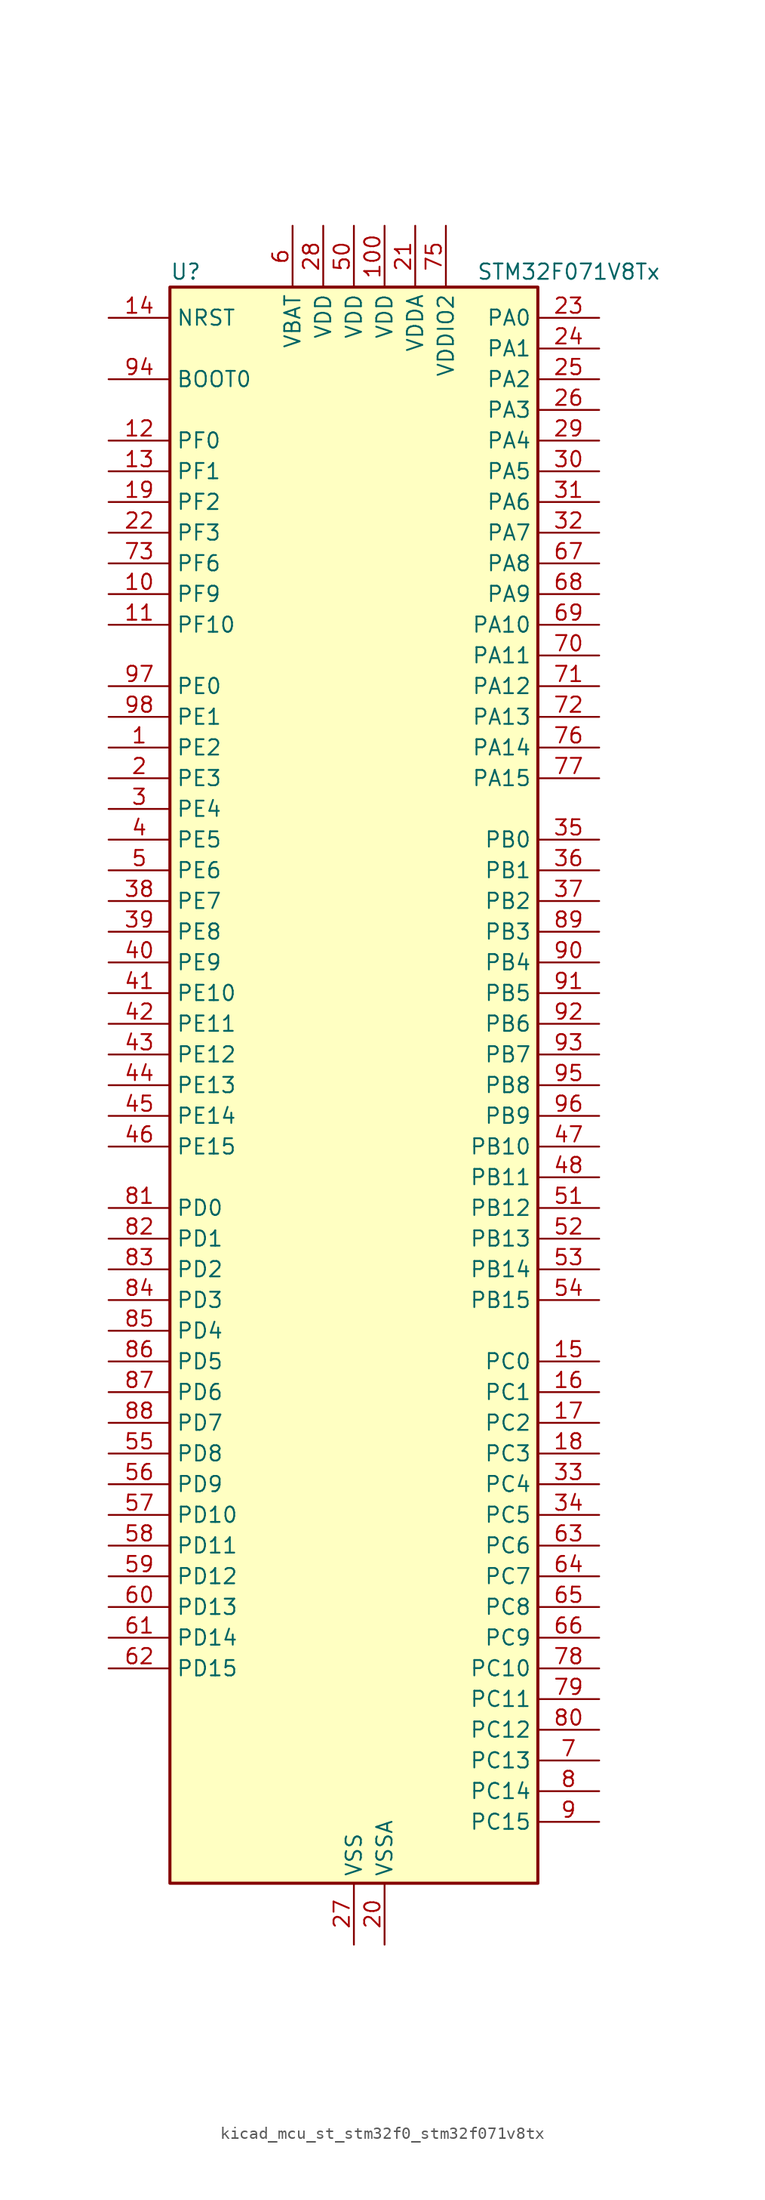
<source format=kicad_sym>
(kicad_symbol_lib
  (version 20220914)
  (generator kicad_symbol_editor)
  (symbol "kicad_mcu_st_stm32f0_stm32f071v8tx"
    (property "Reference" "U"
      (at -15.24 67.31 0)
      (effects (font (size 1.27 1.27)) (justify left)))
    (property "Value" "STM32F071V8Tx"
      (at 10.16 67.31 0)
      (effects (font (size 1.27 1.27)) (justify left)))
    (property "ki_locked" ""
      (at 0 0 0)
      (effects (font (size 1.27 1.27))))
    (symbol "kicad_mcu_st_stm32f0_stm32f071v8tx_0_1"
      (rectangle (start -15.24 -66.04) (end 15.24 66.04) (stroke (width 0.254) (type default)) (fill (type background))))
    (symbol "kicad_mcu_st_stm32f0_stm32f071v8tx_1_1"
      (pin bidirectional line (at -20.32 27.94 0) (length 5.08) (name "PE2" (effects (font (size 1.27 1.27)))) (number "1" (effects (font (size 1.27 1.27)))) (alternate "TIM3_ETR" bidirectional line) (alternate "TSC_G7_IO1" bidirectional line))
      (pin bidirectional line (at -20.32 40.64 0) (length 5.08) (name "PF9" (effects (font (size 1.27 1.27)))) (number "10" (effects (font (size 1.27 1.27)))) (alternate "DAC_EXTI9" bidirectional line) (alternate "TIM15_CH1" bidirectional line))
      (pin power_in line (at 2.54 71.12 270) (length 5.08) (name "VDD" (effects (font (size 1.27 1.27)))) (number "100" (effects (font (size 1.27 1.27)))))
      (pin bidirectional line (at -20.32 38.1 0) (length 5.08) (name "PF10" (effects (font (size 1.27 1.27)))) (number "11" (effects (font (size 1.27 1.27)))) (alternate "TIM15_CH2" bidirectional line))
      (pin bidirectional line (at -20.32 53.34 0) (length 5.08) (name "PF0" (effects (font (size 1.27 1.27)))) (number "12" (effects (font (size 1.27 1.27)))) (alternate "CRS_SYNC" bidirectional line) (alternate "RCC_OSC_IN" bidirectional line))
      (pin bidirectional line (at -20.32 50.8 0) (length 5.08) (name "PF1" (effects (font (size 1.27 1.27)))) (number "13" (effects (font (size 1.27 1.27)))) (alternate "RCC_OSC_OUT" bidirectional line))
      (pin input line (at -20.32 63.5 0) (length 5.08) (name "NRST" (effects (font (size 1.27 1.27)))) (number "14" (effects (font (size 1.27 1.27)))))
      (pin bidirectional line (at 20.32 -22.86 180) (length 5.08) (name "PC0" (effects (font (size 1.27 1.27)))) (number "15" (effects (font (size 1.27 1.27)))) (alternate "ADC_IN10" bidirectional line))
      (pin bidirectional line (at 20.32 -25.4 180) (length 5.08) (name "PC1" (effects (font (size 1.27 1.27)))) (number "16" (effects (font (size 1.27 1.27)))) (alternate "ADC_IN11" bidirectional line))
      (pin bidirectional line (at 20.32 -27.94 180) (length 5.08) (name "PC2" (effects (font (size 1.27 1.27)))) (number "17" (effects (font (size 1.27 1.27)))) (alternate "ADC_IN12" bidirectional line) (alternate "I2S2_MCK" bidirectional line) (alternate "SPI2_MISO" bidirectional line))
      (pin bidirectional line (at 20.32 -30.48 180) (length 5.08) (name "PC3" (effects (font (size 1.27 1.27)))) (number "18" (effects (font (size 1.27 1.27)))) (alternate "ADC_IN13" bidirectional line) (alternate "I2S2_SD" bidirectional line) (alternate "SPI2_MOSI" bidirectional line))
      (pin bidirectional line (at -20.32 48.26 0) (length 5.08) (name "PF2" (effects (font (size 1.27 1.27)))) (number "19" (effects (font (size 1.27 1.27)))) (alternate "SYS_WKUP8" bidirectional line))
      (pin bidirectional line (at -20.32 25.4 0) (length 5.08) (name "PE3" (effects (font (size 1.27 1.27)))) (number "2" (effects (font (size 1.27 1.27)))) (alternate "TIM3_CH1" bidirectional line) (alternate "TSC_G7_IO2" bidirectional line))
      (pin power_in line (at 2.54 -71.12 90) (length 5.08) (name "VSSA" (effects (font (size 1.27 1.27)))) (number "20" (effects (font (size 1.27 1.27)))))
      (pin power_in line (at 5.08 71.12 270) (length 5.08) (name "VDDA" (effects (font (size 1.27 1.27)))) (number "21" (effects (font (size 1.27 1.27)))))
      (pin bidirectional line (at -20.32 45.72 0) (length 5.08) (name "PF3" (effects (font (size 1.27 1.27)))) (number "22" (effects (font (size 1.27 1.27)))))
      (pin bidirectional line (at 20.32 63.5 180) (length 5.08) (name "PA0" (effects (font (size 1.27 1.27)))) (number "23" (effects (font (size 1.27 1.27)))) (alternate "ADC_IN0" bidirectional line) (alternate "COMP1_INM" bidirectional line) (alternate "COMP1_OUT" bidirectional line) (alternate "RTC_TAMP2" bidirectional line) (alternate "SYS_WKUP1" bidirectional line) (alternate "TIM2_CH1" bidirectional line) (alternate "TIM2_ETR" bidirectional line) (alternate "TSC_G1_IO1" bidirectional line) (alternate "USART2_CTS" bidirectional line) (alternate "USART4_TX" bidirectional line))
      (pin bidirectional line (at 20.32 60.96 180) (length 5.08) (name "PA1" (effects (font (size 1.27 1.27)))) (number "24" (effects (font (size 1.27 1.27)))) (alternate "ADC_IN1" bidirectional line) (alternate "COMP1_INP" bidirectional line) (alternate "TIM15_CH1N" bidirectional line) (alternate "TIM2_CH2" bidirectional line) (alternate "TSC_G1_IO2" bidirectional line) (alternate "USART2_DE" bidirectional line) (alternate "USART2_RTS" bidirectional line) (alternate "USART4_RX" bidirectional line))
      (pin bidirectional line (at 20.32 58.42 180) (length 5.08) (name "PA2" (effects (font (size 1.27 1.27)))) (number "25" (effects (font (size 1.27 1.27)))) (alternate "ADC_IN2" bidirectional line) (alternate "COMP2_INM" bidirectional line) (alternate "COMP2_OUT" bidirectional line) (alternate "SYS_WKUP4" bidirectional line) (alternate "TIM15_CH1" bidirectional line) (alternate "TIM2_CH3" bidirectional line) (alternate "TSC_G1_IO3" bidirectional line) (alternate "USART2_TX" bidirectional line))
      (pin bidirectional line (at 20.32 55.88 180) (length 5.08) (name "PA3" (effects (font (size 1.27 1.27)))) (number "26" (effects (font (size 1.27 1.27)))) (alternate "ADC_IN3" bidirectional line) (alternate "COMP2_INP" bidirectional line) (alternate "TIM15_CH2" bidirectional line) (alternate "TIM2_CH4" bidirectional line) (alternate "TSC_G1_IO4" bidirectional line) (alternate "USART2_RX" bidirectional line))
      (pin power_in line (at 0 -71.12 90) (length 5.08) (name "VSS" (effects (font (size 1.27 1.27)))) (number "27" (effects (font (size 1.27 1.27)))))
      (pin power_in line (at -2.54 71.12 270) (length 5.08) (name "VDD" (effects (font (size 1.27 1.27)))) (number "28" (effects (font (size 1.27 1.27)))))
      (pin bidirectional line (at 20.32 53.34 180) (length 5.08) (name "PA4" (effects (font (size 1.27 1.27)))) (number "29" (effects (font (size 1.27 1.27)))) (alternate "ADC_IN4" bidirectional line) (alternate "COMP1_INM" bidirectional line) (alternate "COMP2_INM" bidirectional line) (alternate "DAC_OUT1" bidirectional line) (alternate "I2S1_WS" bidirectional line) (alternate "SPI1_NSS" bidirectional line) (alternate "TIM14_CH1" bidirectional line) (alternate "TSC_G2_IO1" bidirectional line) (alternate "USART2_CK" bidirectional line))
      (pin bidirectional line (at -20.32 22.86 0) (length 5.08) (name "PE4" (effects (font (size 1.27 1.27)))) (number "3" (effects (font (size 1.27 1.27)))) (alternate "TIM3_CH2" bidirectional line) (alternate "TSC_G7_IO3" bidirectional line))
      (pin bidirectional line (at 20.32 50.8 180) (length 5.08) (name "PA5" (effects (font (size 1.27 1.27)))) (number "30" (effects (font (size 1.27 1.27)))) (alternate "ADC_IN5" bidirectional line) (alternate "CEC" bidirectional line) (alternate "COMP1_INM" bidirectional line) (alternate "COMP2_INM" bidirectional line) (alternate "DAC_OUT2" bidirectional line) (alternate "I2S1_CK" bidirectional line) (alternate "SPI1_SCK" bidirectional line) (alternate "TIM2_CH1" bidirectional line) (alternate "TIM2_ETR" bidirectional line) (alternate "TSC_G2_IO2" bidirectional line))
      (pin bidirectional line (at 20.32 48.26 180) (length 5.08) (name "PA6" (effects (font (size 1.27 1.27)))) (number "31" (effects (font (size 1.27 1.27)))) (alternate "ADC_IN6" bidirectional line) (alternate "COMP1_OUT" bidirectional line) (alternate "I2S1_MCK" bidirectional line) (alternate "SPI1_MISO" bidirectional line) (alternate "TIM16_CH1" bidirectional line) (alternate "TIM1_BKIN" bidirectional line) (alternate "TIM3_CH1" bidirectional line) (alternate "TSC_G2_IO3" bidirectional line) (alternate "USART3_CTS" bidirectional line))
      (pin bidirectional line (at 20.32 45.72 180) (length 5.08) (name "PA7" (effects (font (size 1.27 1.27)))) (number "32" (effects (font (size 1.27 1.27)))) (alternate "ADC_IN7" bidirectional line) (alternate "COMP2_OUT" bidirectional line) (alternate "I2S1_SD" bidirectional line) (alternate "SPI1_MOSI" bidirectional line) (alternate "TIM14_CH1" bidirectional line) (alternate "TIM17_CH1" bidirectional line) (alternate "TIM1_CH1N" bidirectional line) (alternate "TIM3_CH2" bidirectional line) (alternate "TSC_G2_IO4" bidirectional line))
      (pin bidirectional line (at 20.32 -33.02 180) (length 5.08) (name "PC4" (effects (font (size 1.27 1.27)))) (number "33" (effects (font (size 1.27 1.27)))) (alternate "ADC_IN14" bidirectional line) (alternate "USART3_TX" bidirectional line))
      (pin bidirectional line (at 20.32 -35.56 180) (length 5.08) (name "PC5" (effects (font (size 1.27 1.27)))) (number "34" (effects (font (size 1.27 1.27)))) (alternate "ADC_IN15" bidirectional line) (alternate "SYS_WKUP5" bidirectional line) (alternate "TSC_G3_IO1" bidirectional line) (alternate "USART3_RX" bidirectional line))
      (pin bidirectional line (at 20.32 20.32 180) (length 5.08) (name "PB0" (effects (font (size 1.27 1.27)))) (number "35" (effects (font (size 1.27 1.27)))) (alternate "ADC_IN8" bidirectional line) (alternate "TIM1_CH2N" bidirectional line) (alternate "TIM3_CH3" bidirectional line) (alternate "TSC_G3_IO2" bidirectional line) (alternate "USART3_CK" bidirectional line))
      (pin bidirectional line (at 20.32 17.78 180) (length 5.08) (name "PB1" (effects (font (size 1.27 1.27)))) (number "36" (effects (font (size 1.27 1.27)))) (alternate "ADC_IN9" bidirectional line) (alternate "TIM14_CH1" bidirectional line) (alternate "TIM1_CH3N" bidirectional line) (alternate "TIM3_CH4" bidirectional line) (alternate "TSC_G3_IO3" bidirectional line) (alternate "USART3_DE" bidirectional line) (alternate "USART3_RTS" bidirectional line))
      (pin bidirectional line (at 20.32 15.24 180) (length 5.08) (name "PB2" (effects (font (size 1.27 1.27)))) (number "37" (effects (font (size 1.27 1.27)))) (alternate "TSC_G3_IO4" bidirectional line))
      (pin bidirectional line (at -20.32 15.24 0) (length 5.08) (name "PE7" (effects (font (size 1.27 1.27)))) (number "38" (effects (font (size 1.27 1.27)))) (alternate "TIM1_ETR" bidirectional line))
      (pin bidirectional line (at -20.32 12.7 0) (length 5.08) (name "PE8" (effects (font (size 1.27 1.27)))) (number "39" (effects (font (size 1.27 1.27)))) (alternate "TIM1_CH1N" bidirectional line))
      (pin bidirectional line (at -20.32 20.32 0) (length 5.08) (name "PE5" (effects (font (size 1.27 1.27)))) (number "4" (effects (font (size 1.27 1.27)))) (alternate "TIM3_CH3" bidirectional line) (alternate "TSC_G7_IO4" bidirectional line))
      (pin bidirectional line (at -20.32 10.16 0) (length 5.08) (name "PE9" (effects (font (size 1.27 1.27)))) (number "40" (effects (font (size 1.27 1.27)))) (alternate "DAC_EXTI9" bidirectional line) (alternate "TIM1_CH1" bidirectional line))
      (pin bidirectional line (at -20.32 7.62 0) (length 5.08) (name "PE10" (effects (font (size 1.27 1.27)))) (number "41" (effects (font (size 1.27 1.27)))) (alternate "TIM1_CH2N" bidirectional line))
      (pin bidirectional line (at -20.32 5.08 0) (length 5.08) (name "PE11" (effects (font (size 1.27 1.27)))) (number "42" (effects (font (size 1.27 1.27)))) (alternate "TIM1_CH2" bidirectional line))
      (pin bidirectional line (at -20.32 2.54 0) (length 5.08) (name "PE12" (effects (font (size 1.27 1.27)))) (number "43" (effects (font (size 1.27 1.27)))) (alternate "I2S1_WS" bidirectional line) (alternate "SPI1_NSS" bidirectional line) (alternate "TIM1_CH3N" bidirectional line))
      (pin bidirectional line (at -20.32 0 0) (length 5.08) (name "PE13" (effects (font (size 1.27 1.27)))) (number "44" (effects (font (size 1.27 1.27)))) (alternate "I2S1_CK" bidirectional line) (alternate "SPI1_SCK" bidirectional line) (alternate "TIM1_CH3" bidirectional line))
      (pin bidirectional line (at -20.32 -2.54 0) (length 5.08) (name "PE14" (effects (font (size 1.27 1.27)))) (number "45" (effects (font (size 1.27 1.27)))) (alternate "I2S1_MCK" bidirectional line) (alternate "SPI1_MISO" bidirectional line) (alternate "TIM1_CH4" bidirectional line))
      (pin bidirectional line (at -20.32 -5.08 0) (length 5.08) (name "PE15" (effects (font (size 1.27 1.27)))) (number "46" (effects (font (size 1.27 1.27)))) (alternate "I2S1_SD" bidirectional line) (alternate "SPI1_MOSI" bidirectional line) (alternate "TIM1_BKIN" bidirectional line))
      (pin bidirectional line (at 20.32 -5.08 180) (length 5.08) (name "PB10" (effects (font (size 1.27 1.27)))) (number "47" (effects (font (size 1.27 1.27)))) (alternate "CEC" bidirectional line) (alternate "I2C2_SCL" bidirectional line) (alternate "I2S2_CK" bidirectional line) (alternate "SPI2_SCK" bidirectional line) (alternate "TIM2_CH3" bidirectional line) (alternate "TSC_SYNC" bidirectional line) (alternate "USART3_TX" bidirectional line))
      (pin bidirectional line (at 20.32 -7.62 180) (length 5.08) (name "PB11" (effects (font (size 1.27 1.27)))) (number "48" (effects (font (size 1.27 1.27)))) (alternate "I2C2_SDA" bidirectional line) (alternate "TIM2_CH4" bidirectional line) (alternate "TSC_G6_IO1" bidirectional line) (alternate "USART3_RX" bidirectional line))
      (pin passive line (at 0 -71.12 90) (length 5.08) hide (name "VSS" (effects (font (size 1.27 1.27)))) (number "49" (effects (font (size 1.27 1.27)))))
      (pin bidirectional line (at -20.32 17.78 0) (length 5.08) (name "PE6" (effects (font (size 1.27 1.27)))) (number "5" (effects (font (size 1.27 1.27)))) (alternate "RTC_TAMP3" bidirectional line) (alternate "SYS_WKUP3" bidirectional line) (alternate "TIM3_CH4" bidirectional line))
      (pin power_in line (at 0 71.12 270) (length 5.08) (name "VDD" (effects (font (size 1.27 1.27)))) (number "50" (effects (font (size 1.27 1.27)))))
      (pin bidirectional line (at 20.32 -10.16 180) (length 5.08) (name "PB12" (effects (font (size 1.27 1.27)))) (number "51" (effects (font (size 1.27 1.27)))) (alternate "I2S2_WS" bidirectional line) (alternate "SPI2_NSS" bidirectional line) (alternate "TIM15_BKIN" bidirectional line) (alternate "TIM1_BKIN" bidirectional line) (alternate "TSC_G6_IO2" bidirectional line) (alternate "USART3_CK" bidirectional line))
      (pin bidirectional line (at 20.32 -12.7 180) (length 5.08) (name "PB13" (effects (font (size 1.27 1.27)))) (number "52" (effects (font (size 1.27 1.27)))) (alternate "I2C2_SCL" bidirectional line) (alternate "I2S2_CK" bidirectional line) (alternate "SPI2_SCK" bidirectional line) (alternate "TIM1_CH1N" bidirectional line) (alternate "TSC_G6_IO3" bidirectional line) (alternate "USART3_CTS" bidirectional line))
      (pin bidirectional line (at 20.32 -15.24 180) (length 5.08) (name "PB14" (effects (font (size 1.27 1.27)))) (number "53" (effects (font (size 1.27 1.27)))) (alternate "I2C2_SDA" bidirectional line) (alternate "I2S2_MCK" bidirectional line) (alternate "SPI2_MISO" bidirectional line) (alternate "TIM15_CH1" bidirectional line) (alternate "TIM1_CH2N" bidirectional line) (alternate "TSC_G6_IO4" bidirectional line) (alternate "USART3_DE" bidirectional line) (alternate "USART3_RTS" bidirectional line))
      (pin bidirectional line (at 20.32 -17.78 180) (length 5.08) (name "PB15" (effects (font (size 1.27 1.27)))) (number "54" (effects (font (size 1.27 1.27)))) (alternate "I2S2_SD" bidirectional line) (alternate "RTC_REFIN" bidirectional line) (alternate "SPI2_MOSI" bidirectional line) (alternate "SYS_WKUP7" bidirectional line) (alternate "TIM15_CH1N" bidirectional line) (alternate "TIM15_CH2" bidirectional line) (alternate "TIM1_CH3N" bidirectional line))
      (pin bidirectional line (at -20.32 -30.48 0) (length 5.08) (name "PD8" (effects (font (size 1.27 1.27)))) (number "55" (effects (font (size 1.27 1.27)))) (alternate "USART3_TX" bidirectional line))
      (pin bidirectional line (at -20.32 -33.02 0) (length 5.08) (name "PD9" (effects (font (size 1.27 1.27)))) (number "56" (effects (font (size 1.27 1.27)))) (alternate "DAC_EXTI9" bidirectional line) (alternate "USART3_RX" bidirectional line))
      (pin bidirectional line (at -20.32 -35.56 0) (length 5.08) (name "PD10" (effects (font (size 1.27 1.27)))) (number "57" (effects (font (size 1.27 1.27)))) (alternate "USART3_CK" bidirectional line))
      (pin bidirectional line (at -20.32 -38.1 0) (length 5.08) (name "PD11" (effects (font (size 1.27 1.27)))) (number "58" (effects (font (size 1.27 1.27)))) (alternate "USART3_CTS" bidirectional line))
      (pin bidirectional line (at -20.32 -40.64 0) (length 5.08) (name "PD12" (effects (font (size 1.27 1.27)))) (number "59" (effects (font (size 1.27 1.27)))) (alternate "TSC_G8_IO1" bidirectional line) (alternate "USART3_DE" bidirectional line) (alternate "USART3_RTS" bidirectional line))
      (pin power_in line (at -5.08 71.12 270) (length 5.08) (name "VBAT" (effects (font (size 1.27 1.27)))) (number "6" (effects (font (size 1.27 1.27)))))
      (pin bidirectional line (at -20.32 -43.18 0) (length 5.08) (name "PD13" (effects (font (size 1.27 1.27)))) (number "60" (effects (font (size 1.27 1.27)))) (alternate "TSC_G8_IO2" bidirectional line))
      (pin bidirectional line (at -20.32 -45.72 0) (length 5.08) (name "PD14" (effects (font (size 1.27 1.27)))) (number "61" (effects (font (size 1.27 1.27)))) (alternate "TSC_G8_IO3" bidirectional line))
      (pin bidirectional line (at -20.32 -48.26 0) (length 5.08) (name "PD15" (effects (font (size 1.27 1.27)))) (number "62" (effects (font (size 1.27 1.27)))) (alternate "CRS_SYNC" bidirectional line) (alternate "TSC_G8_IO4" bidirectional line))
      (pin bidirectional line (at 20.32 -38.1 180) (length 5.08) (name "PC6" (effects (font (size 1.27 1.27)))) (number "63" (effects (font (size 1.27 1.27)))) (alternate "TIM3_CH1" bidirectional line))
      (pin bidirectional line (at 20.32 -40.64 180) (length 5.08) (name "PC7" (effects (font (size 1.27 1.27)))) (number "64" (effects (font (size 1.27 1.27)))) (alternate "TIM3_CH2" bidirectional line))
      (pin bidirectional line (at 20.32 -43.18 180) (length 5.08) (name "PC8" (effects (font (size 1.27 1.27)))) (number "65" (effects (font (size 1.27 1.27)))) (alternate "TIM3_CH3" bidirectional line))
      (pin bidirectional line (at 20.32 -45.72 180) (length 5.08) (name "PC9" (effects (font (size 1.27 1.27)))) (number "66" (effects (font (size 1.27 1.27)))) (alternate "DAC_EXTI9" bidirectional line) (alternate "TIM3_CH4" bidirectional line))
      (pin bidirectional line (at 20.32 43.18 180) (length 5.08) (name "PA8" (effects (font (size 1.27 1.27)))) (number "67" (effects (font (size 1.27 1.27)))) (alternate "CRS_SYNC" bidirectional line) (alternate "RCC_MCO" bidirectional line) (alternate "TIM1_CH1" bidirectional line) (alternate "USART1_CK" bidirectional line))
      (pin bidirectional line (at 20.32 40.64 180) (length 5.08) (name "PA9" (effects (font (size 1.27 1.27)))) (number "68" (effects (font (size 1.27 1.27)))) (alternate "DAC_EXTI9" bidirectional line) (alternate "TIM15_BKIN" bidirectional line) (alternate "TIM1_CH2" bidirectional line) (alternate "TSC_G4_IO1" bidirectional line) (alternate "USART1_TX" bidirectional line))
      (pin bidirectional line (at 20.32 38.1 180) (length 5.08) (name "PA10" (effects (font (size 1.27 1.27)))) (number "69" (effects (font (size 1.27 1.27)))) (alternate "TIM17_BKIN" bidirectional line) (alternate "TIM1_CH3" bidirectional line) (alternate "TSC_G4_IO2" bidirectional line) (alternate "USART1_RX" bidirectional line))
      (pin bidirectional line (at 20.32 -55.88 180) (length 5.08) (name "PC13" (effects (font (size 1.27 1.27)))) (number "7" (effects (font (size 1.27 1.27)))) (alternate "RTC_OUT_ALARM" bidirectional line) (alternate "RTC_OUT_CALIB" bidirectional line) (alternate "RTC_TAMP1" bidirectional line) (alternate "RTC_TS" bidirectional line) (alternate "SYS_WKUP2" bidirectional line))
      (pin bidirectional line (at 20.32 35.56 180) (length 5.08) (name "PA11" (effects (font (size 1.27 1.27)))) (number "70" (effects (font (size 1.27 1.27)))) (alternate "COMP1_OUT" bidirectional line) (alternate "TIM1_CH4" bidirectional line) (alternate "TSC_G4_IO3" bidirectional line) (alternate "USART1_CTS" bidirectional line))
      (pin bidirectional line (at 20.32 33.02 180) (length 5.08) (name "PA12" (effects (font (size 1.27 1.27)))) (number "71" (effects (font (size 1.27 1.27)))) (alternate "COMP2_OUT" bidirectional line) (alternate "TIM1_ETR" bidirectional line) (alternate "TSC_G4_IO4" bidirectional line) (alternate "USART1_DE" bidirectional line) (alternate "USART1_RTS" bidirectional line))
      (pin bidirectional line (at 20.32 30.48 180) (length 5.08) (name "PA13" (effects (font (size 1.27 1.27)))) (number "72" (effects (font (size 1.27 1.27)))) (alternate "IR_OUT" bidirectional line) (alternate "SYS_SWDIO" bidirectional line))
      (pin bidirectional line (at -20.32 43.18 0) (length 5.08) (name "PF6" (effects (font (size 1.27 1.27)))) (number "73" (effects (font (size 1.27 1.27)))))
      (pin passive line (at 0 -71.12 90) (length 5.08) hide (name "VSS" (effects (font (size 1.27 1.27)))) (number "74" (effects (font (size 1.27 1.27)))))
      (pin power_in line (at 7.62 71.12 270) (length 5.08) (name "VDDIO2" (effects (font (size 1.27 1.27)))) (number "75" (effects (font (size 1.27 1.27)))))
      (pin bidirectional line (at 20.32 27.94 180) (length 5.08) (name "PA14" (effects (font (size 1.27 1.27)))) (number "76" (effects (font (size 1.27 1.27)))) (alternate "SYS_SWCLK" bidirectional line) (alternate "USART2_TX" bidirectional line))
      (pin bidirectional line (at 20.32 25.4 180) (length 5.08) (name "PA15" (effects (font (size 1.27 1.27)))) (number "77" (effects (font (size 1.27 1.27)))) (alternate "I2S1_WS" bidirectional line) (alternate "SPI1_NSS" bidirectional line) (alternate "TIM2_CH1" bidirectional line) (alternate "TIM2_ETR" bidirectional line) (alternate "USART2_RX" bidirectional line) (alternate "USART4_DE" bidirectional line) (alternate "USART4_RTS" bidirectional line))
      (pin bidirectional line (at 20.32 -48.26 180) (length 5.08) (name "PC10" (effects (font (size 1.27 1.27)))) (number "78" (effects (font (size 1.27 1.27)))) (alternate "USART3_TX" bidirectional line) (alternate "USART4_TX" bidirectional line))
      (pin bidirectional line (at 20.32 -50.8 180) (length 5.08) (name "PC11" (effects (font (size 1.27 1.27)))) (number "79" (effects (font (size 1.27 1.27)))) (alternate "USART3_RX" bidirectional line) (alternate "USART4_RX" bidirectional line))
      (pin bidirectional line (at 20.32 -58.42 180) (length 5.08) (name "PC14" (effects (font (size 1.27 1.27)))) (number "8" (effects (font (size 1.27 1.27)))) (alternate "RCC_OSC32_IN" bidirectional line))
      (pin bidirectional line (at 20.32 -53.34 180) (length 5.08) (name "PC12" (effects (font (size 1.27 1.27)))) (number "80" (effects (font (size 1.27 1.27)))) (alternate "USART3_CK" bidirectional line) (alternate "USART4_CK" bidirectional line))
      (pin bidirectional line (at -20.32 -10.16 0) (length 5.08) (name "PD0" (effects (font (size 1.27 1.27)))) (number "81" (effects (font (size 1.27 1.27)))) (alternate "I2S2_WS" bidirectional line) (alternate "SPI2_NSS" bidirectional line))
      (pin bidirectional line (at -20.32 -12.7 0) (length 5.08) (name "PD1" (effects (font (size 1.27 1.27)))) (number "82" (effects (font (size 1.27 1.27)))) (alternate "I2S2_CK" bidirectional line) (alternate "SPI2_SCK" bidirectional line))
      (pin bidirectional line (at -20.32 -15.24 0) (length 5.08) (name "PD2" (effects (font (size 1.27 1.27)))) (number "83" (effects (font (size 1.27 1.27)))) (alternate "TIM3_ETR" bidirectional line) (alternate "USART3_DE" bidirectional line) (alternate "USART3_RTS" bidirectional line))
      (pin bidirectional line (at -20.32 -17.78 0) (length 5.08) (name "PD3" (effects (font (size 1.27 1.27)))) (number "84" (effects (font (size 1.27 1.27)))) (alternate "I2S2_MCK" bidirectional line) (alternate "SPI2_MISO" bidirectional line) (alternate "USART2_CTS" bidirectional line))
      (pin bidirectional line (at -20.32 -20.32 0) (length 5.08) (name "PD4" (effects (font (size 1.27 1.27)))) (number "85" (effects (font (size 1.27 1.27)))) (alternate "I2S2_SD" bidirectional line) (alternate "SPI2_MOSI" bidirectional line) (alternate "USART2_DE" bidirectional line) (alternate "USART2_RTS" bidirectional line))
      (pin bidirectional line (at -20.32 -22.86 0) (length 5.08) (name "PD5" (effects (font (size 1.27 1.27)))) (number "86" (effects (font (size 1.27 1.27)))) (alternate "USART2_TX" bidirectional line))
      (pin bidirectional line (at -20.32 -25.4 0) (length 5.08) (name "PD6" (effects (font (size 1.27 1.27)))) (number "87" (effects (font (size 1.27 1.27)))) (alternate "USART2_RX" bidirectional line))
      (pin bidirectional line (at -20.32 -27.94 0) (length 5.08) (name "PD7" (effects (font (size 1.27 1.27)))) (number "88" (effects (font (size 1.27 1.27)))) (alternate "USART2_CK" bidirectional line))
      (pin bidirectional line (at 20.32 12.7 180) (length 5.08) (name "PB3" (effects (font (size 1.27 1.27)))) (number "89" (effects (font (size 1.27 1.27)))) (alternate "I2S1_CK" bidirectional line) (alternate "SPI1_SCK" bidirectional line) (alternate "TIM2_CH2" bidirectional line) (alternate "TSC_G5_IO1" bidirectional line))
      (pin bidirectional line (at 20.32 -60.96 180) (length 5.08) (name "PC15" (effects (font (size 1.27 1.27)))) (number "9" (effects (font (size 1.27 1.27)))) (alternate "RCC_OSC32_OUT" bidirectional line))
      (pin bidirectional line (at 20.32 10.16 180) (length 5.08) (name "PB4" (effects (font (size 1.27 1.27)))) (number "90" (effects (font (size 1.27 1.27)))) (alternate "I2S1_MCK" bidirectional line) (alternate "SPI1_MISO" bidirectional line) (alternate "TIM17_BKIN" bidirectional line) (alternate "TIM3_CH1" bidirectional line) (alternate "TSC_G5_IO2" bidirectional line))
      (pin bidirectional line (at 20.32 7.62 180) (length 5.08) (name "PB5" (effects (font (size 1.27 1.27)))) (number "91" (effects (font (size 1.27 1.27)))) (alternate "I2C1_SMBA" bidirectional line) (alternate "I2S1_SD" bidirectional line) (alternate "SPI1_MOSI" bidirectional line) (alternate "SYS_WKUP6" bidirectional line) (alternate "TIM16_BKIN" bidirectional line) (alternate "TIM3_CH2" bidirectional line))
      (pin bidirectional line (at 20.32 5.08 180) (length 5.08) (name "PB6" (effects (font (size 1.27 1.27)))) (number "92" (effects (font (size 1.27 1.27)))) (alternate "I2C1_SCL" bidirectional line) (alternate "TIM16_CH1N" bidirectional line) (alternate "TSC_G5_IO3" bidirectional line) (alternate "USART1_TX" bidirectional line))
      (pin bidirectional line (at 20.32 2.54 180) (length 5.08) (name "PB7" (effects (font (size 1.27 1.27)))) (number "93" (effects (font (size 1.27 1.27)))) (alternate "I2C1_SDA" bidirectional line) (alternate "TIM17_CH1N" bidirectional line) (alternate "TSC_G5_IO4" bidirectional line) (alternate "USART1_RX" bidirectional line) (alternate "USART4_CTS" bidirectional line))
      (pin input line (at -20.32 58.42 0) (length 5.08) (name "BOOT0" (effects (font (size 1.27 1.27)))) (number "94" (effects (font (size 1.27 1.27)))))
      (pin bidirectional line (at 20.32 0 180) (length 5.08) (name "PB8" (effects (font (size 1.27 1.27)))) (number "95" (effects (font (size 1.27 1.27)))) (alternate "CEC" bidirectional line) (alternate "I2C1_SCL" bidirectional line) (alternate "TIM16_CH1" bidirectional line) (alternate "TSC_SYNC" bidirectional line))
      (pin bidirectional line (at 20.32 -2.54 180) (length 5.08) (name "PB9" (effects (font (size 1.27 1.27)))) (number "96" (effects (font (size 1.27 1.27)))) (alternate "DAC_EXTI9" bidirectional line) (alternate "I2C1_SDA" bidirectional line) (alternate "I2S2_WS" bidirectional line) (alternate "IR_OUT" bidirectional line) (alternate "SPI2_NSS" bidirectional line) (alternate "TIM17_CH1" bidirectional line))
      (pin bidirectional line (at -20.32 33.02 0) (length 5.08) (name "PE0" (effects (font (size 1.27 1.27)))) (number "97" (effects (font (size 1.27 1.27)))) (alternate "TIM16_CH1" bidirectional line))
      (pin bidirectional line (at -20.32 30.48 0) (length 5.08) (name "PE1" (effects (font (size 1.27 1.27)))) (number "98" (effects (font (size 1.27 1.27)))) (alternate "TIM17_CH1" bidirectional line))
      (pin passive line (at 0 -71.12 90) (length 5.08) hide (name "VSS" (effects (font (size 1.27 1.27)))) (number "99" (effects (font (size 1.27 1.27))))))))
</source>
